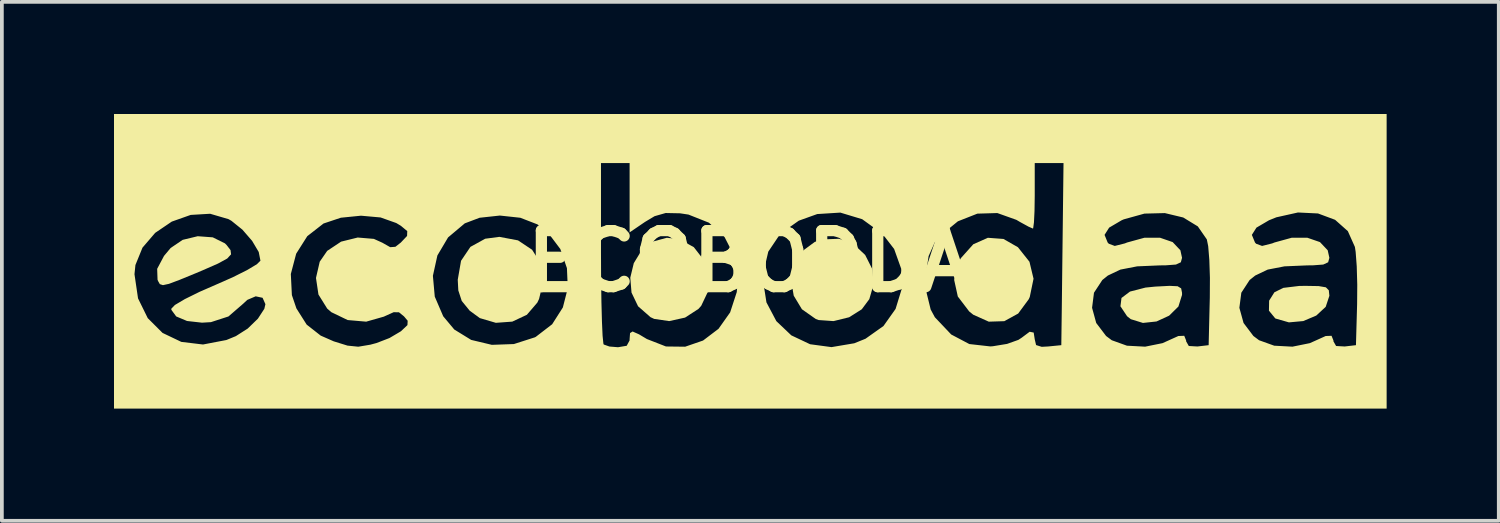
<source format=kicad_pcb>
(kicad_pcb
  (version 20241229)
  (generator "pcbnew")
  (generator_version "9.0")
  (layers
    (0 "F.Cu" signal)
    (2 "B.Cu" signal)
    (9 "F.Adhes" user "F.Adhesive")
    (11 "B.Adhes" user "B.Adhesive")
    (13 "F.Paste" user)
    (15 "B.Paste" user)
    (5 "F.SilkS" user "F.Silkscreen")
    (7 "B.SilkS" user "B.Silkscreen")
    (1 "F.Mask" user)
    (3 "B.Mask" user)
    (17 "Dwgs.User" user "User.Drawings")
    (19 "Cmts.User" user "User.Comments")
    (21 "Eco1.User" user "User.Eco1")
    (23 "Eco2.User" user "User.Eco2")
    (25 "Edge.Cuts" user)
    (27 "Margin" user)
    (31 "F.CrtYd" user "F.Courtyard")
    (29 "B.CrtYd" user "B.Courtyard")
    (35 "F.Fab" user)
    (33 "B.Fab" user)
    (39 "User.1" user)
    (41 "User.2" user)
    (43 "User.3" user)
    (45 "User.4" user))
  (footprint "ECOBODDA"
    (layer "F.Cu")
    (at 16.97 3.941)
    (property "Reference" "ECOBODDA" (at 0 0 0) (layer "F.SilkS") (effects (font (size 1.5 1.5) (thickness 0.3))))
    (attr board_only exclude_from_pos_files exclude_from_bom)
    (fp_poly (pts (xy 11.486 0.667) (xy 11.581 0.724) (xy 11.605 0.842) (xy 11.605 0.899) (xy 11.508 1.21) (xy 11.259 1.455) (xy 10.922 1.61) (xy 10.559 1.649) (xy 10.235 1.549) (xy 10.135 1.47) (xy 9.957 1.204) (xy 9.985 0.981) (xy 10.212 0.81) (xy 10.628 0.703) (xy 10.886 0.677) (xy 11.271 0.657)) (stroke (width 0) (type solid)) (fill yes) (layer "F.SilkS"))
    (fp_poly (pts (xy 15.259 0.663) (xy 15.453 0.696) (xy 15.532 0.776) (xy 15.547 0.923) (xy 15.449 1.218) (xy 15.196 1.452) (xy 14.848 1.599) (xy 14.465 1.634) (xy 14.109 1.532) (xy 14.096 1.524) (xy 13.93 1.321) (xy 13.935 1.053) (xy 14.076 0.829) (xy 14.314 0.711) (xy 14.734 0.66) (xy 14.897 0.657)) (stroke (width 0) (type solid)) (fill yes) (layer "F.SilkS"))
    (fp_poly (pts (xy 6.827 -0.598) (xy 7.214 -0.377) (xy 7.523 0.012) (xy 7.632 0.466) (xy 7.531 0.954) (xy 7.504 1.014) (xy 7.221 1.398) (xy 6.849 1.602) (xy 6.434 1.615) (xy 6.019 1.429) (xy 5.91 1.341) (xy 5.606 0.942) (xy 5.508 0.497) (xy 5.619 0.04) (xy 5.688 -0.085) (xy 6.02 -0.456) (xy 6.41 -0.629)) (stroke (width 0) (type solid)) (fill yes) (layer "F.SilkS"))
    (fp_poly (pts (xy -6.161 -0.56) (xy -5.784 -0.309) (xy -5.549 0.062) (xy -5.479 0.513) (xy -5.597 1.006) (xy -5.644 1.105) (xy -5.924 1.431) (xy -6.314 1.614) (xy -6.754 1.646) (xy -7.182 1.52) (xy -7.453 1.322) (xy -7.666 1.061) (xy -7.758 0.779) (xy -7.773 0.493) (xy -7.685 -0.014) (xy -7.434 -0.386) (xy -7.039 -0.604) (xy -6.659 -0.654)) (stroke (width 0) (type solid)) (fill yes) (layer "F.SilkS"))
    (fp_poly (pts (xy -1.841 -0.589) (xy -1.457 -0.378) (xy -1.192 -0.037) (xy -1.06 0.378) (xy -1.077 0.807) (xy -1.26 1.192) (xy -1.333 1.274) (xy -1.691 1.506) (xy -2.116 1.6) (xy -2.518 1.541) (xy -2.616 1.495) (xy -2.949 1.203) (xy -3.124 0.837) (xy -3.157 0.438) (xy -3.063 0.049) (xy -2.858 -0.286) (xy -2.558 -0.527) (xy -2.178 -0.63)) (stroke (width 0) (type solid)) (fill yes) (layer "F.SilkS"))
    (fp_poly (pts (xy 2.827 -0.451) (xy 3.127 -0.17) (xy 3.312 0.196) (xy 3.357 0.604) (xy 3.238 1.013) (xy 3.036 1.284) (xy 2.699 1.497) (xy 2.281 1.6) (xy 1.884 1.572) (xy 1.806 1.544) (xy 1.435 1.283) (xy 1.216 0.92) (xy 1.145 0.509) (xy 1.217 0.098) (xy 1.43 -0.261) (xy 1.778 -0.518) (xy 1.974 -0.585) (xy 2.434 -0.603)) (stroke (width 0) (type solid)) (fill yes) (layer "F.SilkS"))
    (fp_poly (pts (xy -14.327 -0.641) (xy -14.002 -0.48) (xy -13.957 -0.435) (xy -13.852 -0.299) (xy -13.838 -0.186) (xy -13.941 -0.074) (xy -14.188 0.061) (xy -14.605 0.244) (xy -14.778 0.317) (xy -15.219 0.498) (xy -15.499 0.603) (xy -15.66 0.638) (xy -15.744 0.611) (xy -15.791 0.528) (xy -15.805 0.493) (xy -15.815 0.201) (xy -15.632 -0.144) (xy -15.455 -0.356) (xy -15.132 -0.574) (xy -14.73 -0.671)) (stroke (width 0) (type solid)) (fill yes) (layer "F.SilkS"))
    (fp_poly (pts (xy 17.079 0) (xy 17.079 3.941) (xy 0.055 3.941) (xy -16.97 3.941) (xy -16.97 0.345) (xy -16.422 0.345) (xy -16.327 0.992) (xy -16.067 1.521) (xy -15.671 1.916) (xy -15.169 2.156) (xy -14.589 2.226) (xy -13.963 2.106) (xy -13.71 2.002) (xy -13.393 1.8) (xy -13.12 1.535) (xy -12.948 1.271) (xy -12.919 1.147) (xy -12.995 0.976) (xy -13.179 0.937) (xy -13.403 1.032) (xy -13.514 1.135) (xy -13.908 1.476) (xy -14.377 1.628) (xy -14.616 1.642) (xy -15.016 1.597) (xy -15.306 1.475) (xy -15.435 1.299) (xy -15.437 1.269) (xy -15.341 1.169) (xy -15.076 1.012) (xy -14.681 0.817) (xy -14.26 0.633) (xy -13.793 0.427) (xy -13.619 0.34) (xy -12.239 0.34) (xy -12.211 0.904) (xy -12.09 1.26) (xy -11.815 1.694) (xy -11.44 1.988) (xy -11.092 2.141) (xy -10.722 2.256) (xy -10.434 2.285) (xy -10.112 2.231) (xy -9.944 2.186) (xy -9.6 2.053) (xy -9.305 1.879) (xy -9.287 1.866) (xy -9.119 1.707) (xy -9.113 1.59) (xy -9.21 1.475) (xy -9.346 1.364) (xy -9.488 1.362) (xy -9.726 1.469) (xy -9.748 1.48) (xy -10.223 1.615) (xy -10.718 1.572) (xy -11.154 1.362) (xy -11.266 1.265) (xy -11.5 0.889) (xy -11.566 0.446) (xy -11.553 0.388) (xy -8.438 0.388) (xy -8.388 0.945) (xy -8.162 1.471) (xy -7.866 1.825) (xy -7.414 2.103) (xy -6.861 2.235) (xy -6.271 2.214) (xy -5.71 2.034) (xy -5.685 2.021) (xy -5.247 1.684) (xy -4.961 1.235) (xy -4.829 0.719) (xy -4.852 0.183) (xy -5.029 -0.329) (xy -5.362 -0.771) (xy -5.642 -0.988) (xy -6.099 -1.165) (xy -6.646 -1.224) (xy -7.189 -1.165) (xy -7.585 -1.015) (xy -8.032 -0.639) (xy -8.318 -0.156) (xy -8.438 0.388) (xy -11.553 0.388) (xy -11.466 0.011) (xy -11.266 -0.279) (xy -10.894 -0.526) (xy -10.45 -0.636) (xy -10.018 -0.6) (xy -9.792 -0.498) (xy -9.58 -0.378) (xy -9.441 -0.388) (xy -9.297 -0.501) (xy -9.129 -0.678) (xy -9.124 -0.808) (xy -9.295 -0.95) (xy -9.418 -1.024) (xy -9.838 -1.173) (xy -10.362 -1.22) (xy -10.901 -1.166) (xy -11.364 -1.011) (xy -11.799 -0.672) (xy -12.096 -0.203) (xy -12.239 0.34) (xy -13.619 0.34) (xy -13.409 0.235) (xy -13.148 0.079) (xy -13.052 -0.016) (xy -13.098 -0.249) (xy -13.275 -0.547) (xy -13.534 -0.846) (xy -13.828 -1.083) (xy -13.906 -1.128) (xy -14.398 -1.272) (xy -14.918 -1.241) (xy -15.424 -1.062) (xy -15.868 -0.761) (xy -16.208 -0.365) (xy -16.397 0.1) (xy -16.422 0.345) (xy -16.97 0.345) (xy -16.97 0) (xy -16.97 -2.628) (xy -3.941 -2.628) (xy -3.941 -0.237) (xy -3.938 0.465) (xy -3.929 1.093) (xy -3.915 1.613) (xy -3.898 1.992) (xy -3.877 2.199) (xy -3.868 2.226) (xy -3.715 2.28) (xy -3.485 2.299) (xy -3.253 2.26) (xy -3.176 2.118) (xy -3.175 2.08) (xy -3.163 1.92) (xy -3.095 1.878) (xy -2.923 1.954) (xy -2.712 2.08) (xy -2.202 2.279) (xy -1.689 2.285) (xy -1.21 2.12) (xy -0.796 1.806) (xy -0.485 1.366) (xy -0.308 0.823) (xy -0.282 0.493) (xy 0.391 0.493) (xy 0.486 1.099) (xy 0.751 1.601) (xy 1.151 1.981) (xy 1.654 2.219) (xy 2.227 2.296) (xy 2.837 2.193) (xy 3.136 2.072) (xy 3.617 1.731) (xy 3.941 1.274) (xy 4.102 0.749) (xy 4.094 0.338) (xy 4.752 0.338) (xy 4.771 0.844) (xy 4.88 1.29) (xy 4.992 1.497) (xy 5.429 1.958) (xy 5.914 2.214) (xy 6.473 2.277) (xy 6.54 2.273) (xy 6.924 2.21) (xy 7.227 2.102) (xy 7.315 2.044) (xy 7.528 1.885) (xy 7.636 1.907) (xy 7.664 2.087) (xy 7.7 2.241) (xy 7.85 2.288) (xy 8.02 2.279) (xy 8.375 2.244) (xy 8.388 1.244) (xy 9.198 1.244) (xy 9.309 1.65) (xy 9.573 1.998) (xy 9.725 2.112) (xy 10.131 2.258) (xy 10.618 2.284) (xy 11.082 2.19) (xy 11.207 2.134) (xy 11.506 1.999) (xy 11.664 1.993) (xy 11.714 2.117) (xy 11.715 2.142) (xy 11.786 2.266) (xy 12.016 2.279) (xy 12.317 2.244) (xy 12.341 1.244) (xy 13.139 1.244) (xy 13.251 1.65) (xy 13.514 1.998) (xy 13.666 2.112) (xy 14.072 2.258) (xy 14.559 2.284) (xy 15.023 2.19) (xy 15.149 2.134) (xy 15.448 1.999) (xy 15.605 1.993) (xy 15.655 2.117) (xy 15.656 2.142) (xy 15.727 2.266) (xy 15.957 2.279) (xy 16.258 2.244) (xy 16.289 1.148) (xy 16.293 0.624) (xy 16.279 0.133) (xy 16.25 -0.252) (xy 16.23 -0.384) (xy 16.041 -0.807) (xy 15.7 -1.11) (xy 15.243 -1.28) (xy 14.707 -1.306) (xy 14.128 -1.177) (xy 13.932 -1.098) (xy 13.596 -0.901) (xy 13.473 -0.707) (xy 13.557 -0.503) (xy 13.587 -0.47) (xy 13.747 -0.411) (xy 14.017 -0.479) (xy 14.077 -0.503) (xy 14.538 -0.63) (xy 14.959 -0.63) (xy 15.295 -0.514) (xy 15.502 -0.295) (xy 15.547 -0.093) (xy 15.514 0.026) (xy 15.383 0.087) (xy 15.103 0.108) (xy 14.958 0.109) (xy 14.346 0.135) (xy 13.897 0.222) (xy 13.563 0.381) (xy 13.413 0.501) (xy 13.191 0.841) (xy 13.139 1.244) (xy 12.341 1.244) (xy 12.348 0.974) (xy 12.351 0.439) (xy 12.335 -0.039) (xy 12.305 -0.405) (xy 12.268 -0.586) (xy 12.027 -0.934) (xy 11.637 -1.172) (xy 11.145 -1.29) (xy 10.599 -1.276) (xy 10.045 -1.122) (xy 9.99 -1.098) (xy 9.655 -0.901) (xy 9.532 -0.707) (xy 9.615 -0.503) (xy 9.646 -0.47) (xy 9.805 -0.411) (xy 10.075 -0.479) (xy 10.135 -0.503) (xy 10.597 -0.63) (xy 11.018 -0.63) (xy 11.354 -0.514) (xy 11.561 -0.295) (xy 11.605 -0.093) (xy 11.573 0.026) (xy 11.442 0.087) (xy 11.162 0.108) (xy 11.017 0.109) (xy 10.405 0.135) (xy 9.956 0.222) (xy 9.621 0.381) (xy 9.472 0.501) (xy 9.249 0.841) (xy 9.198 1.244) (xy 8.388 1.244) (xy 8.405 -0.192) (xy 8.434 -2.628) (xy 8.049 -2.628) (xy 7.664 -2.628) (xy 7.664 -1.752) (xy 7.658 -1.345) (xy 7.643 -1.039) (xy 7.622 -0.885) (xy 7.615 -0.876) (xy 7.5 -0.926) (xy 7.268 -1.053) (xy 7.173 -1.109) (xy 6.663 -1.291) (xy 6.129 -1.275) (xy 5.608 -1.07) (xy 5.139 -0.687) (xy 4.988 -0.505) (xy 4.825 -0.14) (xy 4.752 0.338) (xy 4.094 0.338) (xy 4.091 0.199) (xy 3.902 -0.33) (xy 3.588 -0.736) (xy 3.048 -1.126) (xy 2.463 -1.303) (xy 1.845 -1.264) (xy 1.352 -1.087) (xy 0.857 -0.737) (xy 0.535 -0.258) (xy 0.396 0.337) (xy 0.391 0.493) (xy -0.282 0.493) (xy -0.374 -0.139) (xy -0.638 -0.655) (xy -1.053 -1.033) (xy -1.6 -1.25) (xy -1.826 -1.284) (xy -2.21 -1.292) (xy -2.507 -1.207) (xy -2.764 -1.053) (xy -3.175 -0.773) (xy -3.175 -1.7) (xy -3.175 -2.628) (xy -3.558 -2.628) (xy -3.941 -2.628) (xy -16.97 -2.628) (xy -16.97 -3.941) (xy 0.055 -3.941) (xy 17.079 -3.941)) (stroke (width 0) (type solid)) (fill yes) (layer "F.SilkS")))
  (gr_rect
    (start -3 -3)
    (end 37.049 10.883)
    (stroke (width 0.1) (type default))
    (fill no)
    (layer "Edge.Cuts")))
</source>
